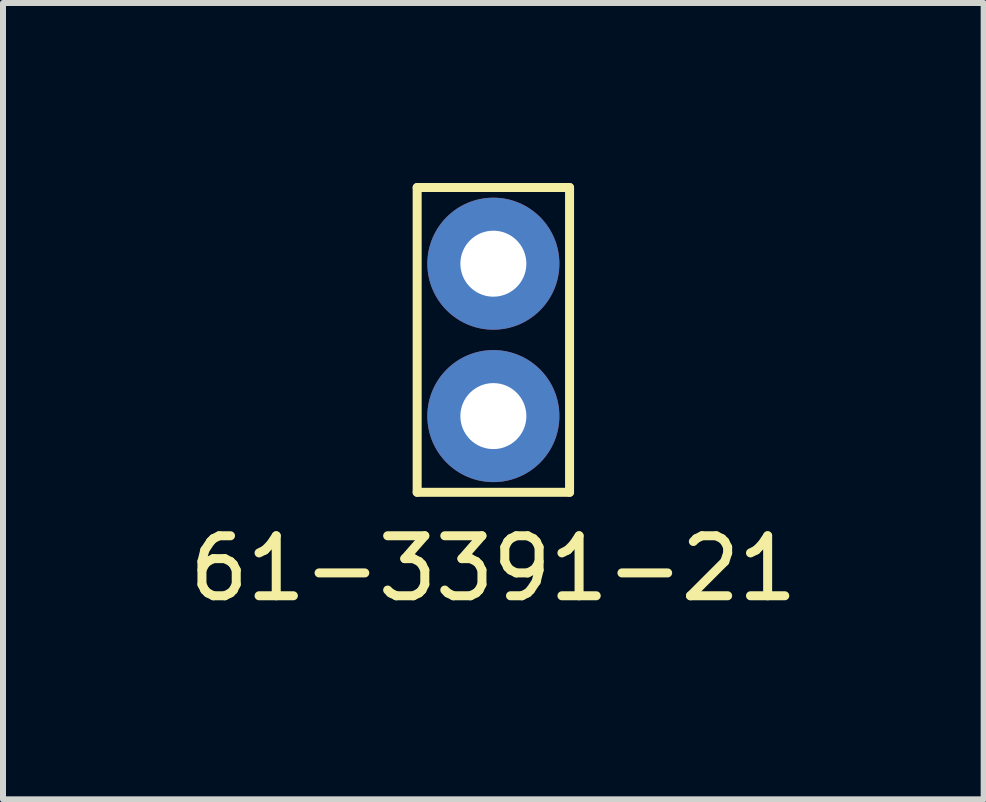
<source format=kicad_pcb>
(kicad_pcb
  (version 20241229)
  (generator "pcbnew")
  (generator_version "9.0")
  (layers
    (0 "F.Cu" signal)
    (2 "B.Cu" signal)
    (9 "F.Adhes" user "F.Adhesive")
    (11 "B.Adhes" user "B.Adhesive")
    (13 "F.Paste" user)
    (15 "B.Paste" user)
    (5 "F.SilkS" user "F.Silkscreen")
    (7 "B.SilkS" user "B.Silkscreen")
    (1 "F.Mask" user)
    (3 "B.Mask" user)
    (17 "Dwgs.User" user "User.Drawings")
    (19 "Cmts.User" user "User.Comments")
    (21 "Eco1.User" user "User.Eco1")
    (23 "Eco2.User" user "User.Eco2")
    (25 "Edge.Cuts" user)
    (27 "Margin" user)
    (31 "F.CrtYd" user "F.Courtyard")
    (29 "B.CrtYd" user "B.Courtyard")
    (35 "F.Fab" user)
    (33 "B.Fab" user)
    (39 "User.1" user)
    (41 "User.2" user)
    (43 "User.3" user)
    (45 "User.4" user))
  (footprint "61-3391-21"
    (layer "F.Cu")
    (at 5.173 2.615)
    (property "Reference" "61-3391-21" (at 0 3.81 0) (layer "F.SilkS") (effects (font (size 1 1) (thickness 0.15))))
    (attr through_hole)
    (fp_line (start -1.27 -2.54) (end 1.27 -2.54) (stroke (width 0.15) (type solid)) (layer "F.SilkS"))
    (fp_line (start -1.27 2.54) (end -1.27 -2.54) (stroke (width 0.15) (type solid)) (layer "F.SilkS"))
    (fp_line (start 1.27 -2.54) (end 1.27 2.54) (stroke (width 0.15) (type solid)) (layer "F.SilkS"))
    (fp_line (start 1.27 2.54) (end -1.27 2.54) (stroke (width 0.15) (type solid)) (layer "F.SilkS"))
    (pad "1" thru_hole circle (at 0 -1.27) (size 2.2 2.2) (drill 1.1) (layers "*.Cu" "*.Mask"))
    (pad "1" thru_hole circle (at 0 1.27) (size 2.2 2.2) (drill 1.1) (layers "*.Cu" "*.Mask")))
  (gr_rect
    (start -3 -3)
    (end 13.345 10.273)
    (stroke (width 0.1) (type default))
    (fill no)
    (layer "Edge.Cuts")))
</source>
